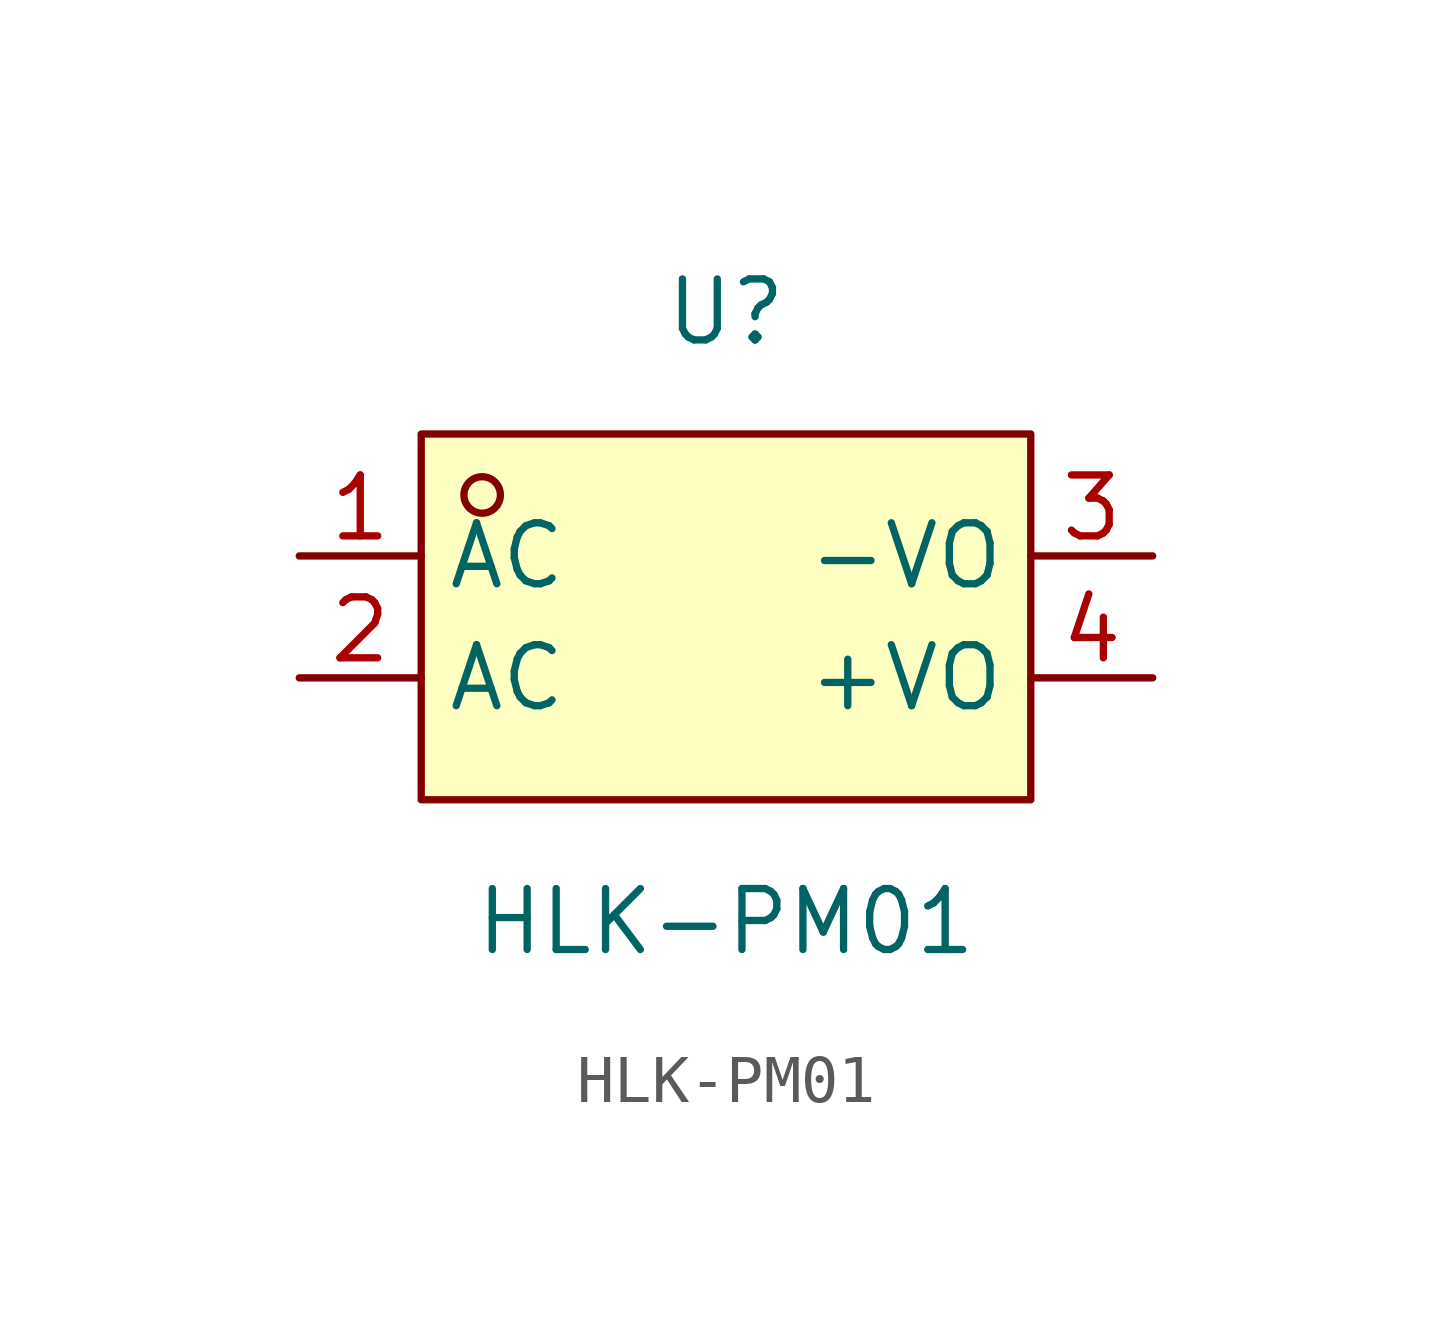
<source format=kicad_sym>
(kicad_symbol_lib
  (version 20211014)
  (generator https://github.com/uPesy/easyeda2kicad.py)
  (symbol "HLK-PM01"
    (property "Reference" "U"
      (at 0 6.35 0)
      (effects (font (size 1.27 1.27))))
    (property "Value" "HLK-PM01"
      (at 0 -6.35 0)
      (effects (font (size 1.27 1.27))))
    (symbol "HLK-PM01_0_1"
      (rectangle (start -6.35 3.81) (end 6.35 -3.81) (stroke (width 0) (type default) (color 0 0 0 0)) (fill (type background)))
      (circle (center -5.08 2.54) (radius 0.38) (stroke (width 0) (type default) (color 0 0 0 0)) (fill (type none)))
      (pin unspecified line (at -8.89 1.27 0) (length 2.54) (name "AC" (effects (font (size 1.27 1.27)))) (number "1" (effects (font (size 1.27 1.27)))))
      (pin unspecified line (at -8.89 -1.27 0) (length 2.54) (name "AC" (effects (font (size 1.27 1.27)))) (number "2" (effects (font (size 1.27 1.27)))))
      (pin unspecified line (at 8.89 1.27 180) (length 2.54) (name "-VO" (effects (font (size 1.27 1.27)))) (number "3" (effects (font (size 1.27 1.27)))))
      (pin unspecified line (at 8.89 -1.27 180) (length 2.54) (name "+VO" (effects (font (size 1.27 1.27)))) (number "4" (effects (font (size 1.27 1.27))))))))
</source>
